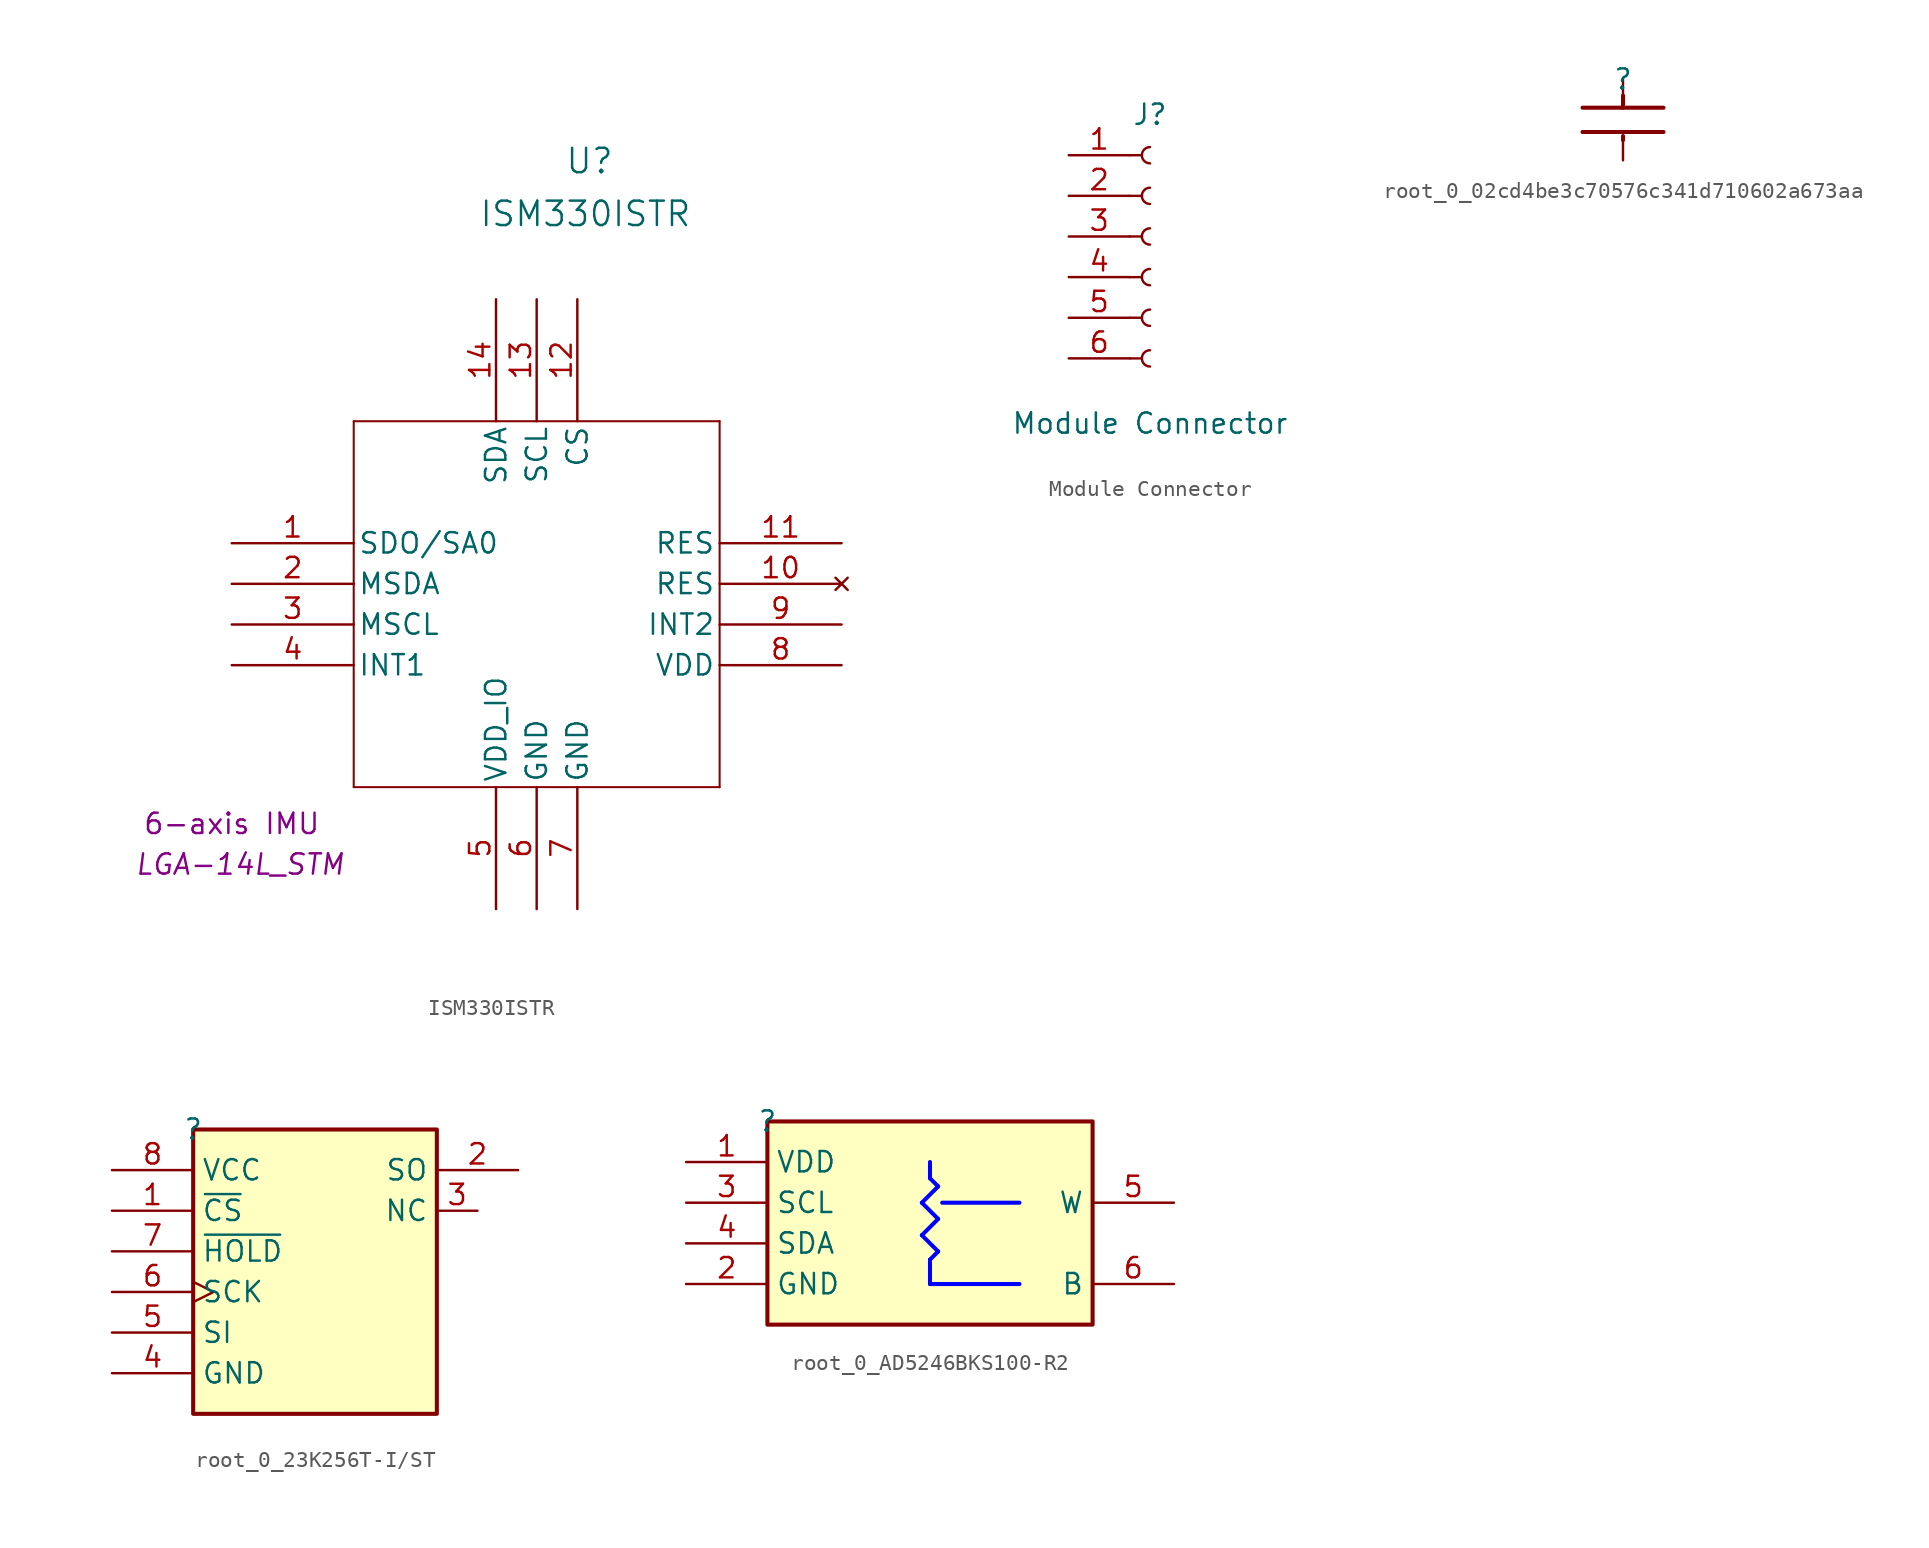
<source format=kicad_sym>
(kicad_symbol_lib
  (version 20231120)
  (generator "kicad_symbol_editor")
  (generator_version "8.0")
  (symbol "ISM330ISTR"
    (pin_names
      (offset 0.254))
    (property "Reference" "U"
      (at 3.302 27.686 0)
      (effects (font (size 1.524 1.524))))
    (property "Value" "ISM330ISTR"
      (at 3.048 24.384 0)
      (effects (font (size 1.524 1.524))))
    (property "Footprint" "LGA-14L_STM"
      (at -18.542 -16.256 0)
      (effects (font (size 1.27 1.27) (italic yes))))
    (property "Description" "6-axis IMU"
      (at -19.05 -13.716 0)
      (effects (font (size 1.27 1.27))))
    (symbol "ISM330ISTR_0_1"
      (polyline (pts (xy -11.43 -11.43) (xy 11.43 -11.43)) (stroke (width 0.127) (type default)) (fill (type none)))
      (polyline (pts (xy -11.43 11.43) (xy -11.43 -11.43)) (stroke (width 0.127) (type default)) (fill (type none)))
      (polyline (pts (xy 11.43 -11.43) (xy 11.43 11.43)) (stroke (width 0.127) (type default)) (fill (type none)))
      (polyline (pts (xy 11.43 11.43) (xy -11.43 11.43)) (stroke (width 0.127) (type default)) (fill (type none)))
      (pin unspecified line (at -19.05 3.81 0) (length 7.62) (name "SDO/SA0" (effects (font (size 1.27 1.27)))) (number "1" (effects (font (size 1.27 1.27)))))
      (pin no_connect line (at 19.05 1.27 180) (length 7.62) (name "RES" (effects (font (size 1.27 1.27)))) (number "10" (effects (font (size 1.27 1.27)))))
      (pin unspecified line (at 19.05 3.81 180) (length 7.62) (name "RES" (effects (font (size 1.27 1.27)))) (number "11" (effects (font (size 1.27 1.27)))))
      (pin unspecified line (at -19.05 1.27 0) (length 7.62) (name "MSDA" (effects (font (size 1.27 1.27)))) (number "2" (effects (font (size 1.27 1.27)))))
      (pin unspecified line (at -19.05 -1.27 0) (length 7.62) (name "MSCL" (effects (font (size 1.27 1.27)))) (number "3" (effects (font (size 1.27 1.27)))))
      (pin unspecified line (at -19.05 -3.81 0) (length 7.62) (name "INT1" (effects (font (size 1.27 1.27)))) (number "4" (effects (font (size 1.27 1.27)))))
      (pin unspecified line (at 19.05 -1.27 180) (length 7.62) (name "INT2" (effects (font (size 1.27 1.27)))) (number "9" (effects (font (size 1.27 1.27))))))
    (symbol "ISM330ISTR_1_1"
      (pin unspecified line (at 2.54 19.05 270) (length 7.62) (name "CS" (effects (font (size 1.27 1.27)))) (number "12" (effects (font (size 1.27 1.27)))))
      (pin unspecified line (at 0 19.05 270) (length 7.62) (name "SCL" (effects (font (size 1.27 1.27)))) (number "13" (effects (font (size 1.27 1.27)))))
      (pin unspecified line (at -2.54 19.05 270) (length 7.62) (name "SDA" (effects (font (size 1.27 1.27)))) (number "14" (effects (font (size 1.27 1.27)))))
      (pin power_in line (at -2.54 -19.05 90) (length 7.62) (name "VDD_IO" (effects (font (size 1.27 1.27)))) (number "5" (effects (font (size 1.27 1.27)))))
      (pin power_out line (at 0 -19.05 90) (length 7.62) (name "GND" (effects (font (size 1.27 1.27)))) (number "6" (effects (font (size 1.27 1.27)))))
      (pin power_out line (at 2.54 -19.05 90) (length 7.62) (name "GND" (effects (font (size 1.27 1.27)))) (number "7" (effects (font (size 1.27 1.27)))))
      (pin power_in line (at 19.05 -3.81 180) (length 7.62) (name "VDD" (effects (font (size 1.27 1.27)))) (number "8" (effects (font (size 1.27 1.27)))))))
  (symbol "Module Connector"
    (pin_names
      (offset 1.016) hide)
    (property "Reference" "J"
      (at 0 7.62 0)
      (effects (font (size 1.27 1.27))))
    (property "Value" "Module Connector"
      (at 0 -11.684 0)
      (effects (font (size 1.27 1.27))))
    (property "ki_locked" ""
      (at 0 0 0)
      (effects (font (size 1.27 1.27))))
    (symbol "Module Connector_1_1"
      (arc (start 0 -7.112) (mid -0.5058 -7.62) (end 0 -8.128) (stroke (width 0.1524) (type default)) (fill (type none)))
      (arc (start 0 -4.572) (mid -0.5058 -5.08) (end 0 -5.588) (stroke (width 0.1524) (type default)) (fill (type none)))
      (arc (start 0 -2.032) (mid -0.5058 -2.54) (end 0 -3.048) (stroke (width 0.1524) (type default)) (fill (type none)))
      (polyline (pts (xy -1.27 -7.62) (xy -0.508 -7.62)) (stroke (width 0.152) (type default)) (fill (type none)))
      (polyline (pts (xy -1.27 -5.08) (xy -0.508 -5.08)) (stroke (width 0.152) (type default)) (fill (type none)))
      (polyline (pts (xy -1.27 -2.54) (xy -0.508 -2.54)) (stroke (width 0.152) (type default)) (fill (type none)))
      (polyline (pts (xy -1.27 0) (xy -0.508 0)) (stroke (width 0.152) (type default)) (fill (type none)))
      (polyline (pts (xy -1.27 2.54) (xy -0.508 2.54)) (stroke (width 0.152) (type default)) (fill (type none)))
      (polyline (pts (xy -1.27 5.08) (xy -0.508 5.08)) (stroke (width 0.152) (type default)) (fill (type none)))
      (arc (start 0 0.508) (mid -0.5058 0) (end 0 -0.508) (stroke (width 0.1524) (type default)) (fill (type none)))
      (arc (start 0 3.048) (mid -0.5058 2.54) (end 0 2.032) (stroke (width 0.1524) (type default)) (fill (type none)))
      (arc (start 0 5.588) (mid -0.5058 5.08) (end 0 4.572) (stroke (width 0.1524) (type default)) (fill (type none)))
      (pin passive line (at -5.08 5.08 0) (length 3.81) (name "Pin_1" (effects (font (size 1.27 1.27)))) (number "1" (effects (font (size 1.27 1.27)))))
      (pin passive line (at -5.08 2.54 0) (length 3.81) (name "Pin_2" (effects (font (size 1.27 1.27)))) (number "2" (effects (font (size 1.27 1.27)))))
      (pin passive line (at -5.08 0 0) (length 3.81) (name "Pin_3" (effects (font (size 1.27 1.27)))) (number "3" (effects (font (size 1.27 1.27)))))
      (pin passive line (at -5.08 -2.54 0) (length 3.81) (name "Pin_4" (effects (font (size 1.27 1.27)))) (number "4" (effects (font (size 1.27 1.27)))))
      (pin passive line (at -5.08 -5.08 0) (length 3.81) (name "Pin_5" (effects (font (size 1.27 1.27)))) (number "5" (effects (font (size 1.27 1.27)))))
      (pin passive line (at -5.08 -7.62 0) (length 3.81) (name "" (effects (font (size 1.27 1.27)))) (number "6" (effects (font (size 1.27 1.27)))))))
  (symbol "root_0_02cd4be3c70576c341d710602a673aa"
    (property "Reference" ""
      (at 0 0 0)
      (effects (font (size 1.27 1.27))))
    (property "Value" ""
      (at 0 0 0)
      (effects (font (size 1.27 1.27))))
    (symbol "root_0_02cd4be3c70576c341d710602a673aa_1_0"
      (polyline (pts (xy 0 -3.556) (xy 0 -3.81)) (stroke (width 0.254) (type solid)) (fill (type none)))
      (polyline (pts (xy 0 -1.778) (xy 0 -1.016)) (stroke (width 0.254) (type solid)) (fill (type none)))
      (polyline (pts (xy 2.54 -3.302) (xy -2.54 -3.302)) (stroke (width 0.254) (type solid)) (fill (type none)))
      (polyline (pts (xy 2.54 -1.778) (xy -2.54 -1.778)) (stroke (width 0.254) (type solid)) (fill (type none)))
      (pin passive line (at 0 0 270) (length 1.778) (name "1" (effects (font (size 0 0)))) (number "1" (effects (font (size 0 0)))))
      (pin passive line (at 0 -5.08 90) (length 1.524) (name "2" (effects (font (size 0 0)))) (number "2" (effects (font (size 0 0)))))))
  (symbol "root_0_23K256T-I/ST"
    (property "Reference" ""
      (at 0 0 0)
      (effects (font (size 1.27 1.27))))
    (property "Value" ""
      (at 0 0 0)
      (effects (font (size 1.27 1.27))))
    (symbol "root_0_23K256T-I/ST_1_0"
      (rectangle (start 15.24 0) (end 0 -17.78) (stroke (width 0.254) (type solid)) (fill (type background)))
      (pin passive line (at -5.08 -5.08 0) (length 5.08) (name "~{CS}" (effects (font (size 1.27 1.27)))) (number "1" (effects (font (size 1.27 1.27)))))
      (pin passive line (at 20.32 -2.54 180) (length 5.08) (name "SO" (effects (font (size 1.27 1.27)))) (number "2" (effects (font (size 1.27 1.27)))))
      (pin passive line (at 17.78 -5.08 180) (length 2.54) (name "NC" (effects (font (size 1.27 1.27)))) (number "3" (effects (font (size 1.27 1.27)))))
      (pin passive line (at -5.08 -15.24 0) (length 5.08) (name "GND" (effects (font (size 1.27 1.27)))) (number "4" (effects (font (size 1.27 1.27)))))
      (pin passive line (at -5.08 -12.7 0) (length 5.08) (name "SI" (effects (font (size 1.27 1.27)))) (number "5" (effects (font (size 1.27 1.27)))))
      (pin passive clock (at -5.08 -10.16 0) (length 5.08) (name "SCK" (effects (font (size 1.27 1.27)))) (number "6" (effects (font (size 1.27 1.27)))))
      (pin passive line (at -5.08 -7.62 0) (length 5.08) (name "~{HOLD}" (effects (font (size 1.27 1.27)))) (number "7" (effects (font (size 1.27 1.27)))))
      (pin passive line (at -5.08 -2.54 0) (length 5.08) (name "VCC" (effects (font (size 1.27 1.27)))) (number "8" (effects (font (size 1.27 1.27)))))))
  (symbol "root_0_AD5246BKS100-R2"
    (property "Reference" ""
      (at 0 0 0)
      (effects (font (size 1.27 1.27))))
    (property "Value" ""
      (at 0 0 0)
      (effects (font (size 1.27 1.27))))
    (symbol "root_0_AD5246BKS100-R2_1_0"
      (polyline (pts (xy 9.652 -7.112) (xy 10.668 -8.128)) (stroke (width 0.254) (type solid) (color 0 0 255 1)) (fill (type none)))
      (polyline (pts (xy 9.652 -7.112) (xy 10.668 -6.096)) (stroke (width 0.254) (type solid) (color 0 0 255 1)) (fill (type none)))
      (polyline (pts (xy 9.652 -5.08) (xy 10.668 -6.096)) (stroke (width 0.254) (type solid) (color 0 0 255 1)) (fill (type none)))
      (polyline (pts (xy 9.652 -5.08) (xy 10.668 -4.064)) (stroke (width 0.254) (type solid) (color 0 0 255 1)) (fill (type none)))
      (polyline (pts (xy 10.16 -10.16) (xy 15.748 -10.16)) (stroke (width 0.254) (type solid) (color 0 0 255 1)) (fill (type none)))
      (polyline (pts (xy 10.16 -8.636) (xy 10.16 -10.16)) (stroke (width 0.254) (type solid) (color 0 0 255 1)) (fill (type none)))
      (polyline (pts (xy 10.16 -8.636) (xy 10.668 -8.128)) (stroke (width 0.254) (type solid) (color 0 0 255 1)) (fill (type none)))
      (polyline (pts (xy 10.16 -3.556) (xy 10.16 -2.54)) (stroke (width 0.254) (type solid) (color 0 0 255 1)) (fill (type none)))
      (polyline (pts (xy 10.16 -3.556) (xy 10.668 -4.064)) (stroke (width 0.254) (type solid) (color 0 0 255 1)) (fill (type none)))
      (polyline (pts (xy 15.748 -5.08) (xy 10.922 -5.08)) (stroke (width 0.254) (type solid) (color 0 0 255 1)) (fill (type none)))
      (rectangle (start 20.32 0) (end 0 -12.7) (stroke (width 0.254) (type solid)) (fill (type background)))
      (pin passive line (at -5.08 -2.54 0) (length 5.08) (name "VDD" (effects (font (size 1.27 1.27)))) (number "1" (effects (font (size 1.27 1.27)))))
      (pin passive line (at -5.08 -10.16 0) (length 5.08) (name "GND" (effects (font (size 1.27 1.27)))) (number "2" (effects (font (size 1.27 1.27)))))
      (pin passive line (at -5.08 -5.08 0) (length 5.08) (name "SCL" (effects (font (size 1.27 1.27)))) (number "3" (effects (font (size 1.27 1.27)))))
      (pin passive line (at -5.08 -7.62 0) (length 5.08) (name "SDA" (effects (font (size 1.27 1.27)))) (number "4" (effects (font (size 1.27 1.27)))))
      (pin passive line (at 25.4 -5.08 180) (length 5.08) (name "W" (effects (font (size 1.27 1.27)))) (number "5" (effects (font (size 1.27 1.27)))))
      (pin passive line (at 25.4 -10.16 180) (length 5.08) (name "B" (effects (font (size 1.27 1.27)))) (number "6" (effects (font (size 1.27 1.27))))))))
</source>
